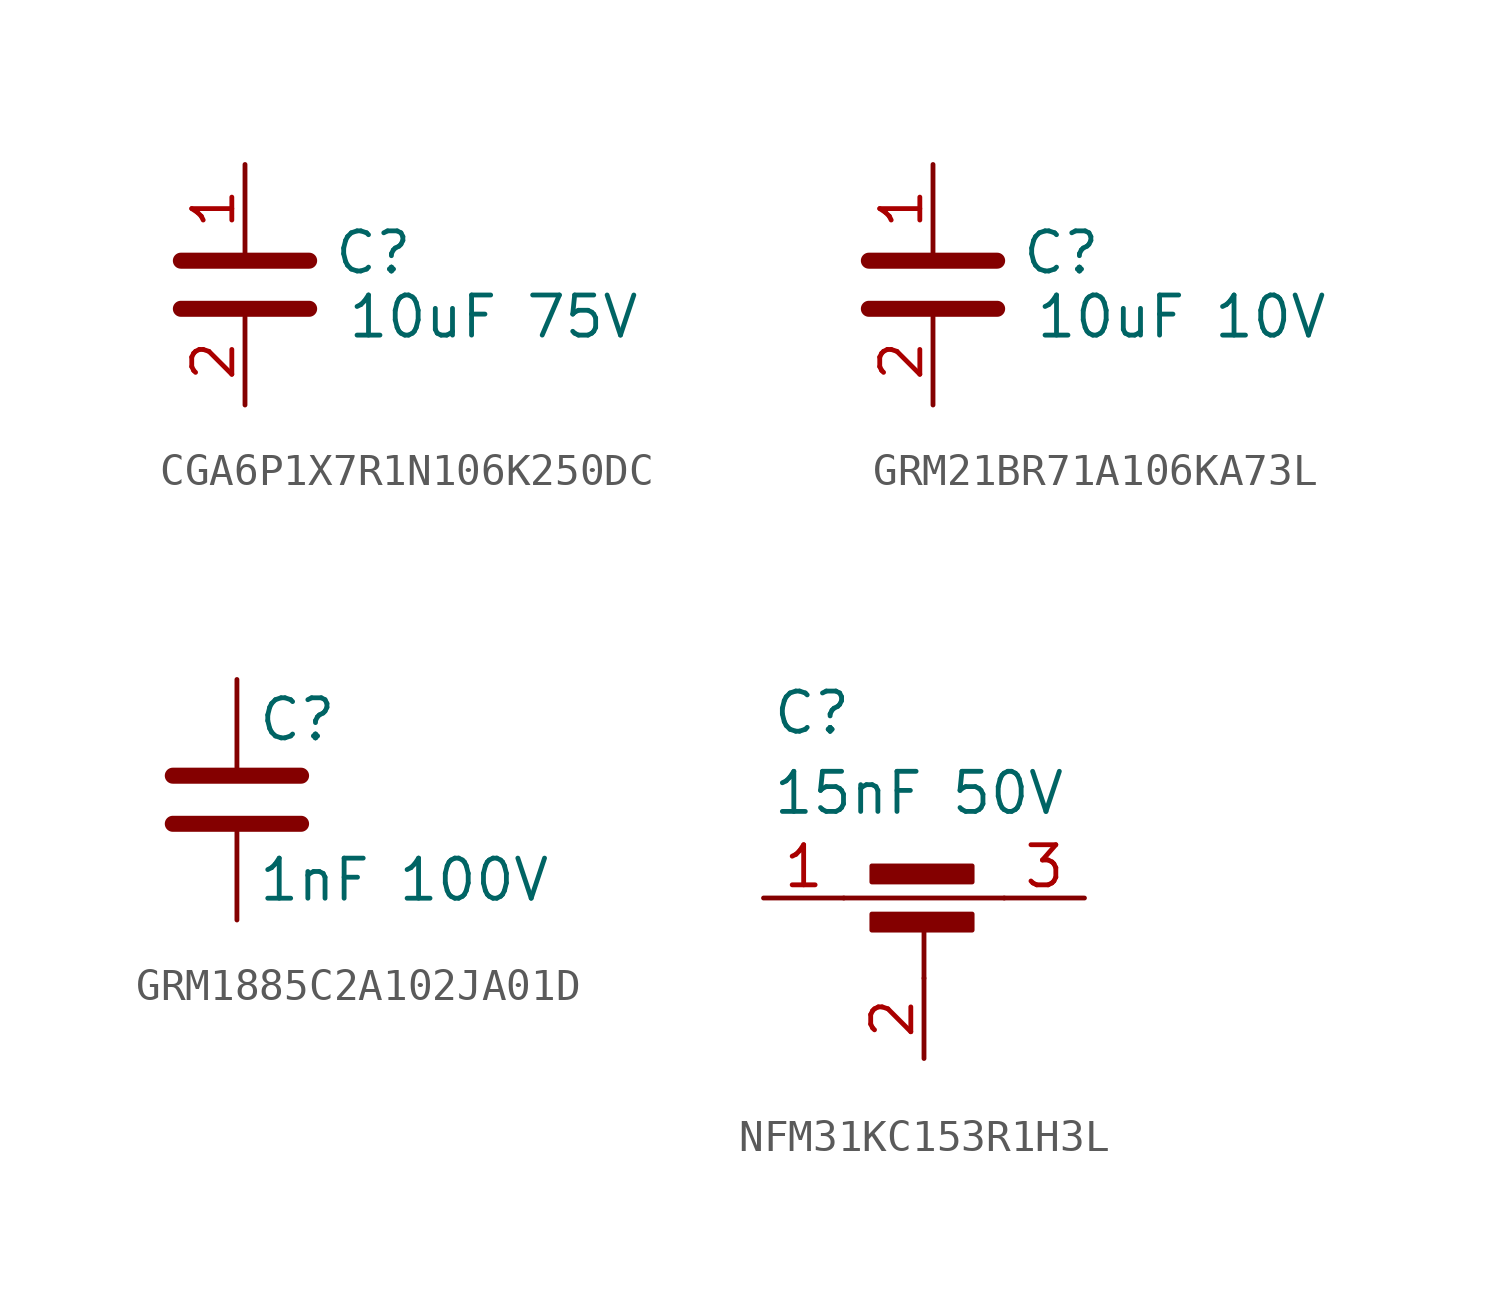
<source format=kicad_sym>
(kicad_symbol_lib
  (version 20241209)
  (generator "kicad_symbol_editor")
  (generator_version "9.0")
  (symbol "CGA6P1X7R1N106K250DC"
    (property "Reference" "C"
      (at 4.064 4.826 0)
      (effects (font (size 1.27 1.27))))
    (property "Value" "10uF 75V"
      (at 7.874 2.794 0)
      (effects (font (size 1.27 1.27))))
    (symbol "CGA6P1X7R1N106K250DC_0_1"
      (polyline (pts (xy -2.032 4.572) (xy 2.032 4.572)) (stroke (width 0.508) (type default)) (fill (type none)))
      (polyline (pts (xy -2.032 3.048) (xy 2.032 3.048)) (stroke (width 0.508) (type default)) (fill (type none))))
    (symbol "CGA6P1X7R1N106K250DC_1_1"
      (pin passive line (at 0 7.62 270) (length 2.794) (name "~" (effects (font (size 1.27 1.27)))) (number "1" (effects (font (size 1.27 1.27)))))
      (pin passive line (at 0 0 90) (length 2.794) (name "~" (effects (font (size 1.27 1.27)))) (number "2" (effects (font (size 1.27 1.27)))))))
  (symbol "GRM21BR71A106KA73L"
    (property "Reference" "C"
      (at 4.064 4.826 0)
      (effects (font (size 1.27 1.27))))
    (property "Value" "10uF 10V"
      (at 7.874 2.794 0)
      (effects (font (size 1.27 1.27))))
    (symbol "GRM21BR71A106KA73L_0_1"
      (polyline (pts (xy -2.032 4.572) (xy 2.032 4.572)) (stroke (width 0.508) (type default)) (fill (type none)))
      (polyline (pts (xy -2.032 3.048) (xy 2.032 3.048)) (stroke (width 0.508) (type default)) (fill (type none))))
    (symbol "GRM21BR71A106KA73L_1_1"
      (pin passive line (at 0 7.62 270) (length 2.794) (name "~" (effects (font (size 1.27 1.27)))) (number "1" (effects (font (size 1.27 1.27)))))
      (pin passive line (at 0 0 90) (length 2.794) (name "~" (effects (font (size 1.27 1.27)))) (number "2" (effects (font (size 1.27 1.27)))))))
  (symbol "GRM1885C2A102JA01D"
    (pin_numbers
      (hide yes))
    (pin_names
      (offset 0.254))
    (property "Reference" "C"
      (at 0.635 2.54 0)
      (effects (font (size 1.27 1.27)) (justify left)))
    (property "Value" "1nF 100V"
      (at 0.635 -2.54 0)
      (effects (font (size 1.27 1.27)) (justify left)))
    (symbol "GRM1885C2A102JA01D_0_1"
      (polyline (pts (xy -2.032 0.762) (xy 2.032 0.762)) (stroke (width 0.508) (type default)) (fill (type none)))
      (polyline (pts (xy -2.032 -0.762) (xy 2.032 -0.762)) (stroke (width 0.508) (type default)) (fill (type none))))
    (symbol "GRM1885C2A102JA01D_1_1"
      (pin passive line (at 0 3.81 270) (length 2.794) (name "~" (effects (font (size 1.27 1.27)))) (number "1" (effects (font (size 1.27 1.27)))))
      (pin passive line (at 0 -3.81 90) (length 2.794) (name "~" (effects (font (size 1.27 1.27)))) (number "2" (effects (font (size 1.27 1.27)))))))
  (symbol "NFM31KC153R1H3L"
    (pin_names
      (hide yes))
    (property "Reference" "C"
      (at 0.254 6.604 0)
      (effects (font (size 1.27 1.27)) (justify left top)))
    (property "Value" "15nF 50V"
      (at 0.254 4.064 0)
      (effects (font (size 1.27 1.27)) (justify left top)))
    (symbol "NFM31KC153R1H3L_0_1"
      (polyline (pts (xy 2.54 0) (xy 7.62 0)) (stroke (width 0) (type default)) (fill (type none)))
      (rectangle (start 3.429 -1.016) (end 6.604 -0.508) (stroke (width 0) (type default)) (fill (type outline)))
      (polyline (pts (xy 5.08 -2.54) (xy 5.08 -0.762)) (stroke (width 0) (type default)) (fill (type none)))
      (rectangle (start 6.604 0.508) (end 3.429 1.016) (stroke (width 0) (type default)) (fill (type outline))))
    (symbol "NFM31KC153R1H3L_1_1"
      (pin passive line (at 0 0 0) (length 2.54) (name "1" (effects (font (size 1.27 1.27)))) (number "1" (effects (font (size 1.27 1.27)))))
      (pin passive line (at 5.08 -5.08 90) (length 2.54) (name "2" (effects (font (size 1.27 1.27)))) (number "2" (effects (font (size 1.27 1.27)))))
      (pin passive line (at 5.08 -5.08 90) (length 2.54) (hide yes) (name "2" (effects (font (size 1.27 1.27)))) (number "4" (effects (font (size 1.27 1.27)))))
      (pin passive line (at 10.16 0 180) (length 2.54) (name "3" (effects (font (size 1.27 1.27)))) (number "3" (effects (font (size 1.27 1.27))))))))
</source>
